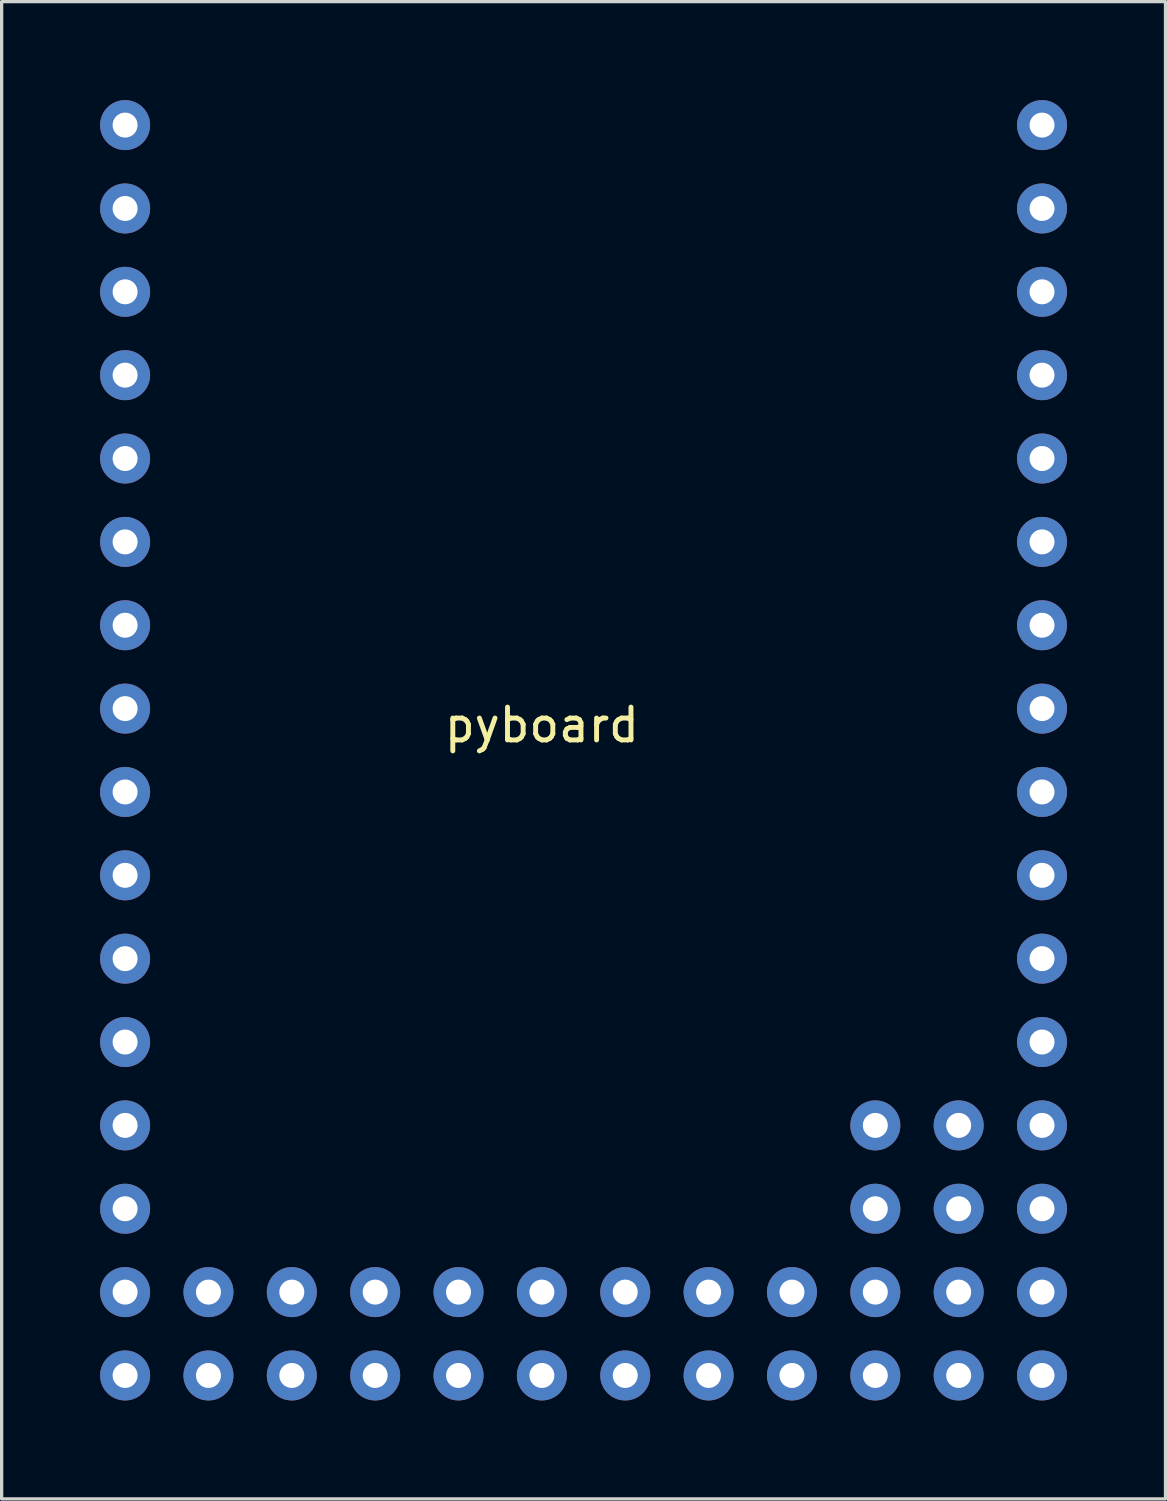
<source format=kicad_pcb>
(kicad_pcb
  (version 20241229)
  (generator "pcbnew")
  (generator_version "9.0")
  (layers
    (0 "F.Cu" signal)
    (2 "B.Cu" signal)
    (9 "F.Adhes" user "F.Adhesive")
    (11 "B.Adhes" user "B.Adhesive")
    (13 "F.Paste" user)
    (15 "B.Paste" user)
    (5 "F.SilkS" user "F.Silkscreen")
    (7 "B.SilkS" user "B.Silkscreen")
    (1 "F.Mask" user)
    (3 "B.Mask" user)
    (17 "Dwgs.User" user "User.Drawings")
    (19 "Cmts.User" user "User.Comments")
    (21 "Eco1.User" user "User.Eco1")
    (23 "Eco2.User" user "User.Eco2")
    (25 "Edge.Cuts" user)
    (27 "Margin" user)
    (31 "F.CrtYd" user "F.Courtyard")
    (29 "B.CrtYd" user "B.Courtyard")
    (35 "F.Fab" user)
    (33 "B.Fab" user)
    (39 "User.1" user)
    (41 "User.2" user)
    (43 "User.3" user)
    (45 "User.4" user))
  (footprint "pyboard"
    (layer "F.Cu")
    (at 13.462 18.542)
    (property "Reference" "pyboard" (at 0 0.5 0) (layer "F.SilkS") (effects (font (size 1 1) (thickness 0.15))))
    (attr through_hole)
    (pad "1" thru_hole circle (at -12.7 -17.78) (size 1.524 1.524) (drill 0.762) (layers "*.Cu" "*.Mask"))
    (pad "2" thru_hole circle (at -12.7 -15.24) (size 1.524 1.524) (drill 0.762) (layers "*.Cu" "*.Mask"))
    (pad "3" thru_hole circle (at -12.7 -12.7) (size 1.524 1.524) (drill 0.762) (layers "*.Cu" "*.Mask"))
    (pad "4" thru_hole circle (at -12.7 -10.16) (size 1.524 1.524) (drill 0.762) (layers "*.Cu" "*.Mask"))
    (pad "5" thru_hole circle (at -12.7 -7.62) (size 1.524 1.524) (drill 0.762) (layers "*.Cu" "*.Mask"))
    (pad "6" thru_hole circle (at -12.7 -5.08) (size 1.524 1.524) (drill 0.762) (layers "*.Cu" "*.Mask"))
    (pad "7" thru_hole circle (at -12.7 -2.54) (size 1.524 1.524) (drill 0.762) (layers "*.Cu" "*.Mask"))
    (pad "8" thru_hole circle (at -12.7 0) (size 1.524 1.524) (drill 0.762) (layers "*.Cu" "*.Mask"))
    (pad "9" thru_hole circle (at -12.7 2.54) (size 1.524 1.524) (drill 0.762) (layers "*.Cu" "*.Mask"))
    (pad "10" thru_hole circle (at -12.7 5.08) (size 1.524 1.524) (drill 0.762) (layers "*.Cu" "*.Mask"))
    (pad "11" thru_hole circle (at -12.7 7.62) (size 1.524 1.524) (drill 0.762) (layers "*.Cu" "*.Mask"))
    (pad "12" thru_hole circle (at -12.7 10.16) (size 1.524 1.524) (drill 0.762) (layers "*.Cu" "*.Mask"))
    (pad "13" thru_hole circle (at -12.7 12.7) (size 1.524 1.524) (drill 0.762) (layers "*.Cu" "*.Mask"))
    (pad "14" thru_hole circle (at -12.7 15.24) (size 1.524 1.524) (drill 0.762) (layers "*.Cu" "*.Mask"))
    (pad "15" thru_hole circle (at -12.7 17.78) (size 1.524 1.524) (drill 0.762) (layers "*.Cu" "*.Mask"))
    (pad "16" thru_hole circle (at -12.7 20.32) (size 1.524 1.524) (drill 0.762) (layers "*.Cu" "*.Mask"))
    (pad "17" thru_hole circle (at -10.16 17.78) (size 1.524 1.524) (drill 0.762) (layers "*.Cu" "*.Mask"))
    (pad "18" thru_hole circle (at -7.62 17.78) (size 1.524 1.524) (drill 0.762) (layers "*.Cu" "*.Mask"))
    (pad "19" thru_hole circle (at -5.08 17.78) (size 1.524 1.524) (drill 0.762) (layers "*.Cu" "*.Mask"))
    (pad "20" thru_hole circle (at -2.54 17.78) (size 1.524 1.524) (drill 0.762) (layers "*.Cu" "*.Mask"))
    (pad "21" thru_hole circle (at 0 17.78) (size 1.524 1.524) (drill 0.762) (layers "*.Cu" "*.Mask"))
    (pad "22" thru_hole circle (at 2.54 17.78) (size 1.524 1.524) (drill 0.762) (layers "*.Cu" "*.Mask"))
    (pad "23" thru_hole circle (at 5.08 17.78) (size 1.524 1.524) (drill 0.762) (layers "*.Cu" "*.Mask"))
    (pad "24" thru_hole circle (at 7.62 17.78) (size 1.524 1.524) (drill 0.762) (layers "*.Cu" "*.Mask"))
    (pad "25" thru_hole circle (at -10.16 20.32) (size 1.524 1.524) (drill 0.762) (layers "*.Cu" "*.Mask"))
    (pad "26" thru_hole circle (at -7.62 20.32) (size 1.524 1.524) (drill 0.762) (layers "*.Cu" "*.Mask"))
    (pad "27" thru_hole circle (at -5.08 20.32) (size 1.524 1.524) (drill 0.762) (layers "*.Cu" "*.Mask"))
    (pad "28" thru_hole circle (at -2.54 20.32) (size 1.524 1.524) (drill 0.762) (layers "*.Cu" "*.Mask"))
    (pad "29" thru_hole circle (at 0 20.32) (size 1.524 1.524) (drill 0.762) (layers "*.Cu" "*.Mask"))
    (pad "30" thru_hole circle (at 2.54 20.32) (size 1.524 1.524) (drill 0.762) (layers "*.Cu" "*.Mask"))
    (pad "31" thru_hole circle (at 5.08 20.32) (size 1.524 1.524) (drill 0.762) (layers "*.Cu" "*.Mask"))
    (pad "32" thru_hole circle (at 7.62 20.32) (size 1.524 1.524) (drill 0.762) (layers "*.Cu" "*.Mask"))
    (pad "33" thru_hole circle (at 10.16 20.32) (size 1.524 1.524) (drill 0.762) (layers "*.Cu" "*.Mask"))
    (pad "34" thru_hole circle (at 10.16 17.78) (size 1.524 1.524) (drill 0.762) (layers "*.Cu" "*.Mask"))
    (pad "35" thru_hole circle (at 10.16 15.24) (size 1.524 1.524) (drill 0.762) (layers "*.Cu" "*.Mask"))
    (pad "36" thru_hole circle (at 10.16 12.7) (size 1.524 1.524) (drill 0.762) (layers "*.Cu" "*.Mask"))
    (pad "37" thru_hole circle (at 12.7 20.32) (size 1.524 1.524) (drill 0.762) (layers "*.Cu" "*.Mask"))
    (pad "38" thru_hole circle (at 12.7 17.78) (size 1.524 1.524) (drill 0.762) (layers "*.Cu" "*.Mask"))
    (pad "39" thru_hole circle (at 12.7 15.24) (size 1.524 1.524) (drill 0.762) (layers "*.Cu" "*.Mask"))
    (pad "40" thru_hole circle (at 12.7 12.7) (size 1.524 1.524) (drill 0.762) (layers "*.Cu" "*.Mask"))
    (pad "41" thru_hole circle (at 15.24 20.32) (size 1.524 1.524) (drill 0.762) (layers "*.Cu" "*.Mask"))
    (pad "42" thru_hole circle (at 15.24 17.78) (size 1.524 1.524) (drill 0.762) (layers "*.Cu" "*.Mask"))
    (pad "43" thru_hole circle (at 15.24 15.24) (size 1.524 1.524) (drill 0.762) (layers "*.Cu" "*.Mask"))
    (pad "44" thru_hole circle (at 15.24 12.7) (size 1.524 1.524) (drill 0.762) (layers "*.Cu" "*.Mask"))
    (pad "45" thru_hole circle (at 15.24 10.16) (size 1.524 1.524) (drill 0.762) (layers "*.Cu" "*.Mask"))
    (pad "46" thru_hole circle (at 15.24 7.62) (size 1.524 1.524) (drill 0.762) (layers "*.Cu" "*.Mask"))
    (pad "47" thru_hole circle (at 15.24 5.08) (size 1.524 1.524) (drill 0.762) (layers "*.Cu" "*.Mask"))
    (pad "48" thru_hole circle (at 15.24 2.54) (size 1.524 1.524) (drill 0.762) (layers "*.Cu" "*.Mask"))
    (pad "49" thru_hole circle (at 15.24 0) (size 1.524 1.524) (drill 0.762) (layers "*.Cu" "*.Mask"))
    (pad "50" thru_hole circle (at 15.24 -2.54) (size 1.524 1.524) (drill 0.762) (layers "*.Cu" "*.Mask"))
    (pad "51" thru_hole circle (at 15.24 -5.08) (size 1.524 1.524) (drill 0.762) (layers "*.Cu" "*.Mask"))
    (pad "52" thru_hole circle (at 15.24 -7.62) (size 1.524 1.524) (drill 0.762) (layers "*.Cu" "*.Mask"))
    (pad "53" thru_hole circle (at 15.24 -10.16) (size 1.524 1.524) (drill 0.762) (layers "*.Cu" "*.Mask"))
    (pad "54" thru_hole circle (at 15.24 -12.7) (size 1.524 1.524) (drill 0.762) (layers "*.Cu" "*.Mask"))
    (pad "55" thru_hole circle (at 15.24 -15.24) (size 1.524 1.524) (drill 0.762) (layers "*.Cu" "*.Mask"))
    (pad "56" thru_hole circle (at 15.24 -17.78) (size 1.524 1.524) (drill 0.762) (layers "*.Cu" "*.Mask")))
  (gr_rect
    (start -3 -3)
    (end 32.464 42.624)
    (stroke (width 0.1) (type default))
    (fill no)
    (layer "Edge.Cuts")))
</source>
